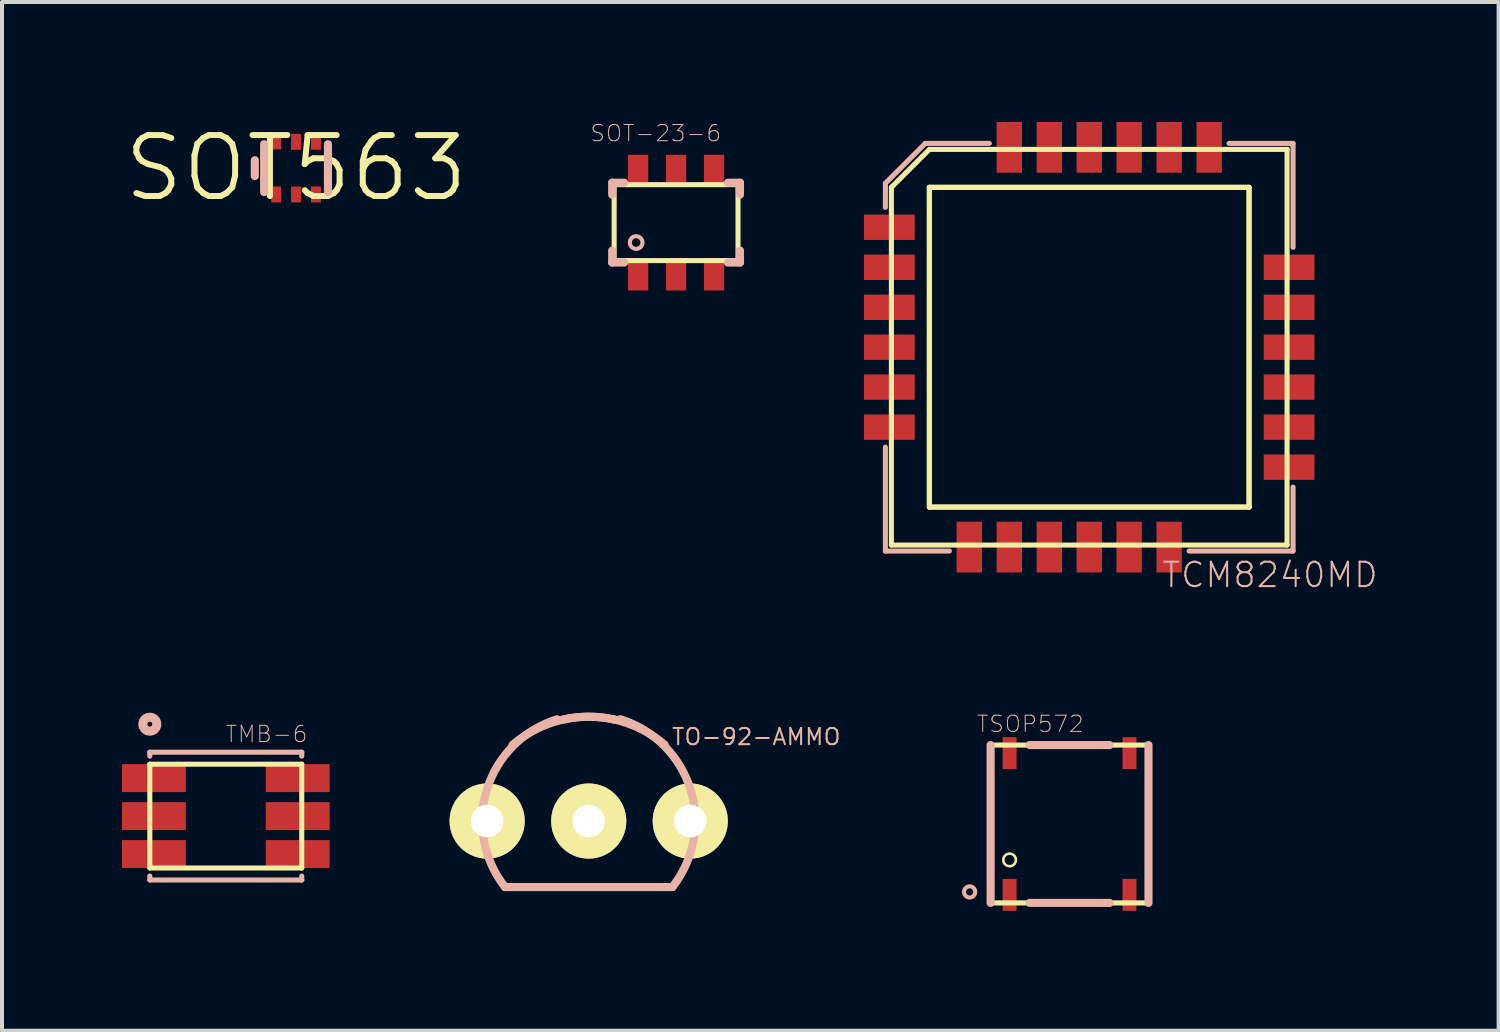
<source format=kicad_pcb>
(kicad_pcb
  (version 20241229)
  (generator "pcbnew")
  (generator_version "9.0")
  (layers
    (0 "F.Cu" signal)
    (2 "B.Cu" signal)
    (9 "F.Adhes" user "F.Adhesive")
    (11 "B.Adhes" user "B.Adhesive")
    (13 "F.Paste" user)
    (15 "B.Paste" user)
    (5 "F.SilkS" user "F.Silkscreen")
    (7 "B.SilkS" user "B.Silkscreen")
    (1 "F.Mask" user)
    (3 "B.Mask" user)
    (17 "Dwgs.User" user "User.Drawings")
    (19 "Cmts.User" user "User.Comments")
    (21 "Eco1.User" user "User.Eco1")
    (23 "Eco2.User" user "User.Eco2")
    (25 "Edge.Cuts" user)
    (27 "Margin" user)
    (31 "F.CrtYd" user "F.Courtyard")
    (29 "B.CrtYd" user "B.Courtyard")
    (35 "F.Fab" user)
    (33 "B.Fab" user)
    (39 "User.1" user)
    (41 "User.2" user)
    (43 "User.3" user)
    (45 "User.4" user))
  (footprint "SOT563"
    (layer "F.Cu")
    (at 4.354 1.155)
    (property "Reference" "SOT563" (at 0 0 0) (layer "F.SilkS") (effects (font (size 1.524 1.524) (thickness 0.15))))
    (attr smd)
    (fp_line (start -1.031 0.198) (end -1.031 -0.198) (stroke (width 0.203) (type solid)) (layer "B.SilkS"))
    (fp_line (start -0.798 0.599) (end -0.798 -0.599) (stroke (width 0.203) (type solid)) (layer "B.SilkS"))
    (fp_line (start 0.798 0.599) (end 0.798 -0.599) (stroke (width 0.203) (type solid)) (layer "B.SilkS"))
    (pad "1" smd rect (at -0.498 0.658) (size 0.249 0.399) (layers "F.Cu" "F.Mask" "F.Paste"))
    (pad "2" smd rect (at 0 0.658) (size 0.249 0.399) (layers "F.Cu" "F.Mask" "F.Paste"))
    (pad "3" smd rect (at 0.498 0.658) (size 0.249 0.399) (layers "F.Cu" "F.Mask" "F.Paste"))
    (pad "4" smd rect (at 0.498 -0.658) (size 0.249 0.399) (layers "F.Cu" "F.Mask" "F.Paste"))
    (pad "5" smd rect (at 0 -0.658) (size 0.249 0.399) (layers "F.Cu" "F.Mask" "F.Paste"))
    (pad "6" smd rect (at -0.498 -0.668) (size 0.249 0.399) (layers "F.Cu" "F.Mask" "F.Paste")))
  (footprint "TMB-6"
    (layer "F.Cu")
    (at 2.597 17.361)
    (property "Reference" "TMB-6" (at 1.016 -2.052 0) (layer "B.SilkS") (effects (font (size 0.406 0.406) (thickness 0.025))))
    (attr smd)
    (fp_line (start -1.9 -1.298) (end -1.9 1.298) (stroke (width 0.127) (type solid)) (layer "F.SilkS"))
    (fp_line (start -1.9 1.298) (end 1.9 1.298) (stroke (width 0.127) (type solid)) (layer "F.SilkS"))
    (fp_line (start 1.9 -1.298) (end -1.9 -1.298) (stroke (width 0.127) (type solid)) (layer "F.SilkS"))
    (fp_line (start 1.9 1.298) (end 1.9 -1.298) (stroke (width 0.127) (type solid)) (layer "F.SilkS"))
    (fp_line (start -1.9 -1.598) (end 1.9 -1.598) (stroke (width 0.127) (type solid)) (layer "B.SilkS"))
    (fp_line (start -1.9 -1.499) (end -1.9 -1.598) (stroke (width 0.127) (type solid)) (layer "B.SilkS"))
    (fp_line (start -1.9 1.499) (end -1.9 1.598) (stroke (width 0.127) (type solid)) (layer "B.SilkS"))
    (fp_line (start -1.9 1.598) (end 1.9 1.598) (stroke (width 0.127) (type solid)) (layer "B.SilkS"))
    (fp_line (start 1.9 -1.598) (end 1.9 -1.499) (stroke (width 0.127) (type solid)) (layer "B.SilkS"))
    (fp_line (start 1.9 1.598) (end 1.9 1.499) (stroke (width 0.127) (type solid)) (layer "B.SilkS"))
    (fp_circle (center -1.9 -2.299) (end -2.05 -2.449) (stroke (width 0.152) (type solid)) (fill no) (layer "B.SilkS"))
    (fp_circle (center -1.9 -2.299) (end -1.999 -2.398) (stroke (width 0.152) (type solid)) (fill no) (layer "B.SilkS"))
    (fp_circle (center -1.9 -2.299) (end -1.948 -2.347) (stroke (width 0.152) (type solid)) (fill no) (layer "B.SilkS"))
    (pad "1" smd rect (at -1.798 -0.95) (size 1.598 0.699) (layers "F.Cu" "F.Mask" "F.Paste"))
    (pad "2" smd rect (at -1.798 0) (size 1.598 0.699) (layers "F.Cu" "F.Mask" "F.Paste"))
    (pad "3" smd rect (at -1.798 0.95) (size 1.598 0.699) (layers "F.Cu" "F.Mask" "F.Paste"))
    (pad "4" smd rect (at 1.798 0.95) (size 1.598 0.699) (layers "F.Cu" "F.Mask" "F.Paste"))
    (pad "5" smd rect (at 1.798 0) (size 1.598 0.699) (layers "F.Cu" "F.Mask" "F.Paste"))
    (pad "6" smd rect (at 1.798 -0.95) (size 1.598 0.699) (layers "F.Cu" "F.Mask" "F.Paste")))
  (footprint "SOT-23-6"
    (layer "F.Cu")
    (at 13.859 2.518)
    (property "Reference" "SOT-23-6" (at -0.508 -2.235 0) (layer "B.SilkS") (effects (font (size 0.406 0.406) (thickness 0.025))))
    (attr smd)
    (fp_line (start -1.549 -0.95) (end -1.549 0.95) (stroke (width 0.127) (type solid)) (layer "F.SilkS"))
    (fp_line (start -1.549 0.95) (end 1.549 0.95) (stroke (width 0.127) (type solid)) (layer "F.SilkS"))
    (fp_line (start 1.549 -0.95) (end -1.549 -0.95) (stroke (width 0.127) (type solid)) (layer "F.SilkS"))
    (fp_line (start 1.549 0.95) (end 1.549 -0.95) (stroke (width 0.127) (type solid)) (layer "F.SilkS"))
    (fp_line (start -1.598 -0.998) (end -1.598 -0.699) (stroke (width 0.203) (type solid)) (layer "B.SilkS"))
    (fp_line (start -1.598 0.699) (end -1.598 0.998) (stroke (width 0.203) (type solid)) (layer "B.SilkS"))
    (fp_line (start -1.598 0.998) (end -1.298 0.998) (stroke (width 0.203) (type solid)) (layer "B.SilkS"))
    (fp_line (start -1.298 -0.998) (end -1.598 -0.998) (stroke (width 0.203) (type solid)) (layer "B.SilkS"))
    (fp_line (start 1.298 -0.998) (end 1.598 -0.998) (stroke (width 0.203) (type solid)) (layer "B.SilkS"))
    (fp_line (start 1.598 -0.998) (end 1.598 -0.699) (stroke (width 0.203) (type solid)) (layer "B.SilkS"))
    (fp_line (start 1.598 0.699) (end 1.598 0.998) (stroke (width 0.203) (type solid)) (layer "B.SilkS"))
    (fp_line (start 1.598 0.998) (end 1.298 0.998) (stroke (width 0.203) (type solid)) (layer "B.SilkS"))
    (fp_circle (center -0.998 0.498) (end -1.11 0.61) (stroke (width 0.102) (type solid)) (fill no) (layer "B.SilkS"))
    (pad "1" smd rect (at -0.95 1.298 90) (size 0.798 0.508) (layers "F.Cu" "F.Mask" "F.Paste"))
    (pad "2" smd rect (at 0 1.298 90) (size 0.798 0.508) (layers "F.Cu" "F.Mask" "F.Paste"))
    (pad "3" smd rect (at 0.95 1.298 90) (size 0.798 0.508) (layers "F.Cu" "F.Mask" "F.Paste"))
    (pad "4" smd rect (at 0.95 -1.298 90) (size 0.798 0.508) (layers "F.Cu" "F.Mask" "F.Paste"))
    (pad "5" smd rect (at 0 -1.298 90) (size 0.798 0.508) (layers "F.Cu" "F.Mask" "F.Paste"))
    (pad "6" smd rect (at -0.95 -1.298 90) (size 0.798 0.508) (layers "F.Cu" "F.Mask" "F.Paste")))
  (footprint "TSOP572"
    (layer "F.Cu")
    (at 23.7 17.558)
    (property "Reference" "TSOP572" (at -0.983 -2.502 0) (layer "B.SilkS") (effects (font (size 0.406 0.406) (thickness 0.025))))
    (attr smd)
    (fp_line (start -1.974 -1.974) (end -1.974 1.974) (stroke (width 0.127) (type solid)) (layer "F.SilkS"))
    (fp_line (start -1.974 1.974) (end 1.974 1.974) (stroke (width 0.127) (type solid)) (layer "F.SilkS"))
    (fp_line (start 1.974 -1.974) (end -1.974 -1.974) (stroke (width 0.127) (type solid)) (layer "F.SilkS"))
    (fp_line (start 1.974 1.974) (end 1.974 -1.974) (stroke (width 0.127) (type solid)) (layer "F.SilkS"))
    (fp_circle (center -1.499 0.899) (end -1.61 1.011) (stroke (width 0.064) (type solid)) (fill no) (layer "F.SilkS"))
    (fp_line (start -1.974 -1.974) (end -1.974 1.974) (stroke (width 0.203) (type solid)) (layer "B.SilkS"))
    (fp_line (start 0.998 -1.974) (end -0.998 -1.974) (stroke (width 0.203) (type solid)) (layer "B.SilkS"))
    (fp_line (start 0.998 1.974) (end -0.998 1.974) (stroke (width 0.203) (type solid)) (layer "B.SilkS"))
    (fp_line (start 1.974 -1.974) (end 1.974 1.974) (stroke (width 0.203) (type solid)) (layer "B.SilkS"))
    (fp_circle (center -2.499 1.699) (end -2.598 1.798) (stroke (width 0.102) (type solid)) (fill no) (layer "B.SilkS"))
    (pad "1" smd rect (at -1.499 1.773 90) (size 0.798 0.348) (layers "F.Cu" "F.Mask" "F.Paste"))
    (pad "5" smd rect (at 1.499 1.773 90) (size 0.798 0.348) (layers "F.Cu" "F.Mask" "F.Paste"))
    (pad "6" smd rect (at 1.499 -1.773 90) (size 0.798 0.348) (layers "F.Cu" "F.Mask" "F.Paste"))
    (pad "8" smd rect (at -1.499 -1.773 90) (size 0.798 0.348) (layers "F.Cu" "F.Mask" "F.Paste")))
  (footprint "TO-92-AMMO"
    (layer "F.Cu")
    (at 11.674 17.485)
    (property "Reference" "TO-92-AMMO" (at 4.191 -2.108 0) (layer "B.SilkS") (effects (font (size 0.406 0.406) (thickness 0.051))))
    (attr exclude_from_pos_files exclude_from_bom)
    (fp_line (start -2.093 1.651) (end 2.093 1.651) (stroke (width 0.203) (type solid)) (layer "B.SilkS"))
    (fp_arc (start -2.09296 1.651) (mid -2.546098 -0.789726) (end -0.791292 -2.545612) (stroke (width 0.2032) (type solid)) (layer "B.SilkS"))
    (fp_arc (start -1.905 -1.905) (mid -0.710697 -2.52212) (end 0.633499 -2.540333) (stroke (width 0.2032) (type solid)) (layer "B.SilkS"))
    (fp_arc (start -0.635 -2.54) (mid -0.001472 -2.609705) (end 0.632126 -2.540637) (stroke (width 0.2032) (type solid)) (layer "B.SilkS"))
    (fp_arc (start 0.635 -2.54) (mid 1.30743 -2.3015) (end 1.902187 -1.907408) (stroke (width 0.2032) (type solid)) (layer "B.SilkS"))
    (fp_arc (start 0.78486 -2.54762) (mid 2.54411 -0.796164) (end 2.097139 1.645715) (stroke (width 0.2032) (type solid)) (layer "B.SilkS"))
    (pad "1" thru_hole circle (at -2.54 0) (size 1.88 1.88) (drill 0.813) (layers "*.Cu" "F.Mask" "F.SilkS" "F.Paste"))
    (pad "2" thru_hole circle (at 0 0) (size 1.88 1.88) (drill 0.813) (layers "*.Cu" "F.Mask" "F.SilkS" "F.Paste"))
    (pad "3" thru_hole circle (at 2.54 0) (size 1.88 1.88) (drill 0.813) (layers "*.Cu" "F.Mask" "F.SilkS" "F.Paste")))
  (footprint "TCM8240MD"
    (layer "F.Cu")
    (at 24.192 5.634)
    (property "Reference" "TCM8240MD" (at 4.524 5.695 0) (layer "B.SilkS") (effects (font (size 0.61 0.61) (thickness 0.051))))
    (attr smd)
    (fp_line (start -4.948 -3.998) (end -4.948 4.948) (stroke (width 0.127) (type solid)) (layer "F.SilkS"))
    (fp_line (start -4.948 4.948) (end 4.948 4.948) (stroke (width 0.127) (type solid)) (layer "F.SilkS"))
    (fp_line (start -3.998 -4.948) (end -4.948 -3.998) (stroke (width 0.127) (type solid)) (layer "F.SilkS"))
    (fp_line (start -3.998 -3.998) (end -3.998 3.998) (stroke (width 0.127) (type solid)) (layer "F.SilkS"))
    (fp_line (start -3.998 -3.998) (end -3.998 3.998) (stroke (width 0.127) (type solid)) (layer "F.SilkS"))
    (fp_line (start -3.998 3.998) (end 3.998 3.998) (stroke (width 0.127) (type solid)) (layer "F.SilkS"))
    (fp_line (start -3.998 3.998) (end 3.998 3.998) (stroke (width 0.127) (type solid)) (layer "F.SilkS"))
    (fp_line (start 3.998 -3.998) (end -3.998 -3.998) (stroke (width 0.127) (type solid)) (layer "F.SilkS"))
    (fp_line (start 3.998 -3.998) (end -3.998 -3.998) (stroke (width 0.127) (type solid)) (layer "F.SilkS"))
    (fp_line (start 3.998 3.998) (end 3.998 -3.998) (stroke (width 0.127) (type solid)) (layer "F.SilkS"))
    (fp_line (start 3.998 3.998) (end 3.998 -3.998) (stroke (width 0.127) (type solid)) (layer "F.SilkS"))
    (fp_line (start 4.948 -4.948) (end -3.998 -4.948) (stroke (width 0.127) (type solid)) (layer "F.SilkS"))
    (fp_line (start 4.948 4.948) (end 4.948 -4.948) (stroke (width 0.127) (type solid)) (layer "F.SilkS"))
    (fp_line (start -5.098 -4.1) (end -5.098 -3.498) (stroke (width 0.127) (type solid)) (layer "B.SilkS"))
    (fp_line (start -5.098 2.499) (end -5.098 5.098) (stroke (width 0.127) (type solid)) (layer "B.SilkS"))
    (fp_line (start -5.098 5.098) (end -3.498 5.098) (stroke (width 0.127) (type solid)) (layer "B.SilkS"))
    (fp_line (start -4.1 -5.098) (end -5.098 -4.1) (stroke (width 0.127) (type solid)) (layer "B.SilkS"))
    (fp_line (start -2.499 -5.098) (end -4.1 -5.098) (stroke (width 0.127) (type solid)) (layer "B.SilkS"))
    (fp_line (start 2.499 5.098) (end 5.098 5.098) (stroke (width 0.127) (type solid)) (layer "B.SilkS"))
    (fp_line (start 5.098 -5.098) (end 3.498 -5.098) (stroke (width 0.127) (type solid)) (layer "B.SilkS"))
    (fp_line (start 5.098 -2.499) (end 5.098 -5.098) (stroke (width 0.127) (type solid)) (layer "B.SilkS"))
    (fp_line (start 5.098 5.098) (end 5.098 3.498) (stroke (width 0.127) (type solid)) (layer "B.SilkS"))
    (pad "P$1" smd rect (at -4.999 -3 180) (size 1.27 0.635) (layers "F.Cu" "F.Mask" "F.Paste"))
    (pad "P$2" smd rect (at -4.999 -1.999 180) (size 1.27 0.635) (layers "F.Cu" "F.Mask" "F.Paste"))
    (pad "P$3" smd rect (at -4.999 -0.998 180) (size 1.27 0.635) (layers "F.Cu" "F.Mask" "F.Paste"))
    (pad "P$4" smd rect (at -4.999 0 180) (size 1.27 0.635) (layers "F.Cu" "F.Mask" "F.Paste"))
    (pad "P$5" smd rect (at -4.999 0.998 180) (size 1.27 0.635) (layers "F.Cu" "F.Mask" "F.Paste"))
    (pad "P$6" smd rect (at -4.999 1.999 180) (size 1.27 0.635) (layers "F.Cu" "F.Mask" "F.Paste"))
    (pad "P$7" smd rect (at -3 4.999 270) (size 1.27 0.635) (layers "F.Cu" "F.Mask" "F.Paste"))
    (pad "P$8" smd rect (at -1.999 4.999 270) (size 1.27 0.635) (layers "F.Cu" "F.Mask" "F.Paste"))
    (pad "P$9" smd rect (at -0.998 4.999 270) (size 1.27 0.635) (layers "F.Cu" "F.Mask" "F.Paste"))
    (pad "P$10" smd rect (at 0 4.999 270) (size 1.27 0.635) (layers "F.Cu" "F.Mask" "F.Paste"))
    (pad "P$11" smd rect (at 0.998 4.999 270) (size 1.27 0.635) (layers "F.Cu" "F.Mask" "F.Paste"))
    (pad "P$12" smd rect (at 1.999 4.999 270) (size 1.27 0.635) (layers "F.Cu" "F.Mask" "F.Paste"))
    (pad "P$13" smd rect (at 4.999 3) (size 1.27 0.635) (layers "F.Cu" "F.Mask" "F.Paste"))
    (pad "P$14" smd rect (at 4.999 1.999) (size 1.27 0.635) (layers "F.Cu" "F.Mask" "F.Paste"))
    (pad "P$15" smd rect (at 4.999 0.998) (size 1.27 0.635) (layers "F.Cu" "F.Mask" "F.Paste"))
    (pad "P$16" smd rect (at 4.999 0) (size 1.27 0.635) (layers "F.Cu" "F.Mask" "F.Paste"))
    (pad "P$17" smd rect (at 4.999 -0.998) (size 1.27 0.635) (layers "F.Cu" "F.Mask" "F.Paste"))
    (pad "P$18" smd rect (at 4.999 -1.999) (size 1.27 0.635) (layers "F.Cu" "F.Mask" "F.Paste"))
    (pad "P$19" smd rect (at 3 -4.999 90) (size 1.27 0.635) (layers "F.Cu" "F.Mask" "F.Paste"))
    (pad "P$20" smd rect (at 1.999 -4.999 90) (size 1.27 0.635) (layers "F.Cu" "F.Mask" "F.Paste"))
    (pad "P$21" smd rect (at 0.998 -4.999 90) (size 1.27 0.635) (layers "F.Cu" "F.Mask" "F.Paste"))
    (pad "P$22" smd rect (at 0 -4.999 90) (size 1.27 0.635) (layers "F.Cu" "F.Mask" "F.Paste"))
    (pad "P$23" smd rect (at -0.998 -4.999 90) (size 1.27 0.635) (layers "F.Cu" "F.Mask" "F.Paste"))
    (pad "P$24" smd rect (at -1.999 -4.999 90) (size 1.27 0.635) (layers "F.Cu" "F.Mask" "F.Paste")))
  (gr_rect
    (start -3 -3)
    (end 34.431 22.73)
    (stroke (width 0.1) (type default))
    (fill no)
    (layer "Edge.Cuts")))
</source>
